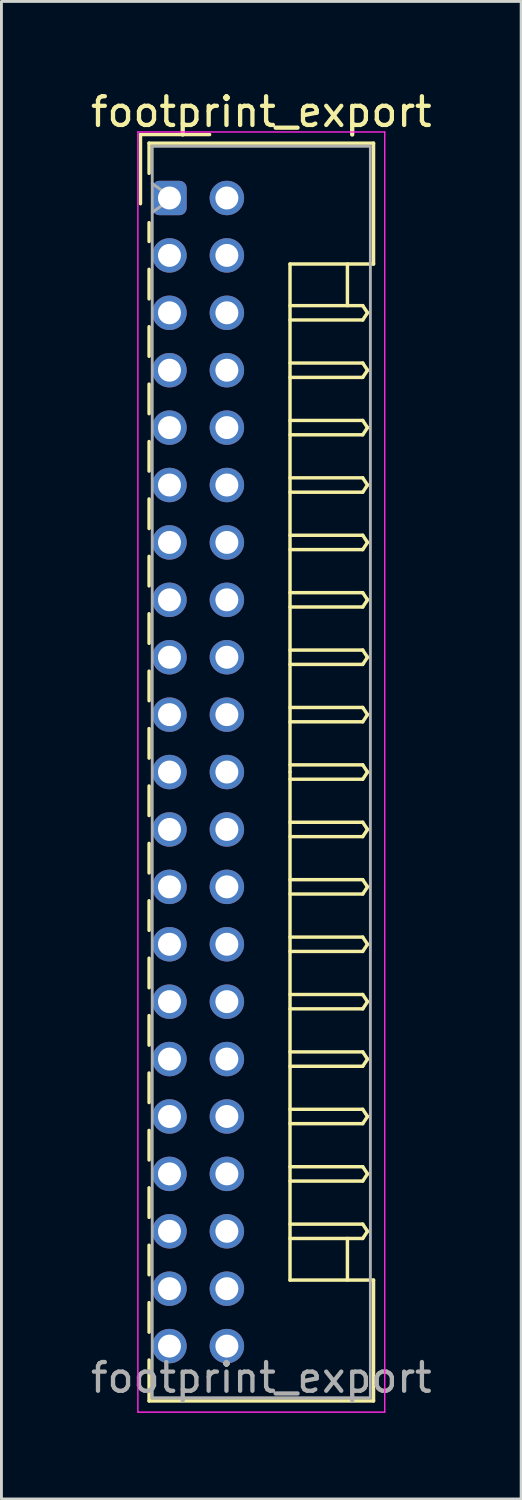
<source format=kicad_pcb>
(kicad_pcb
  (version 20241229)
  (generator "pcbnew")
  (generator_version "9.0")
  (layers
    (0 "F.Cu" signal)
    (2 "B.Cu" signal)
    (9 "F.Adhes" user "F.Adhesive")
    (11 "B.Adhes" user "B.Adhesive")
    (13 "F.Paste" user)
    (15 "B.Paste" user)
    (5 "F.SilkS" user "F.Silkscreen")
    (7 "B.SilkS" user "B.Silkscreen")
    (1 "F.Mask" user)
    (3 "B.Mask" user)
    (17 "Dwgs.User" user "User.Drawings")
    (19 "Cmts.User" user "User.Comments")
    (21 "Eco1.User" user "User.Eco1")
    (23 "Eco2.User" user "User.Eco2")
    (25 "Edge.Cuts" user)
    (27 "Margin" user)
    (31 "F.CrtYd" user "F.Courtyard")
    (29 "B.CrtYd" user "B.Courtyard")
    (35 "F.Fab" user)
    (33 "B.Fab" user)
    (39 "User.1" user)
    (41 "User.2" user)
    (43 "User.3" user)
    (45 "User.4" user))
  (footprint "footprint_export"
    (layer "F.Cu")
    (at 2.854 3.848)
    (property "Reference" "footprint_export" (at 3.2 -3 0) (layer "F.SilkS") (effects (font (size 1 1) (thickness 0.15))))
    (attr through_hole)
    (fp_line (start -1.01 -2.21) (end -1.01 0.2) (stroke (width 0.12) (type solid)) (layer "F.SilkS"))
    (fp_line (start -0.71 -1.91) (end -0.71 -0.86) (stroke (width 0.12) (type solid)) (layer "F.SilkS"))
    (fp_line (start -0.71 -1.91) (end 7.11 -1.91) (stroke (width 0.12) (type solid)) (layer "F.SilkS"))
    (fp_line (start -0.71 0.86) (end -0.71 1.515) (stroke (width 0.12) (type solid)) (layer "F.SilkS"))
    (fp_line (start -0.71 2.485) (end -0.71 3.515) (stroke (width 0.12) (type solid)) (layer "F.SilkS"))
    (fp_line (start -0.71 4.485) (end -0.71 5.515) (stroke (width 0.12) (type solid)) (layer "F.SilkS"))
    (fp_line (start -0.71 6.485) (end -0.71 7.515) (stroke (width 0.12) (type solid)) (layer "F.SilkS"))
    (fp_line (start -0.71 8.485) (end -0.71 9.515) (stroke (width 0.12) (type solid)) (layer "F.SilkS"))
    (fp_line (start -0.71 10.485) (end -0.71 11.515) (stroke (width 0.12) (type solid)) (layer "F.SilkS"))
    (fp_line (start -0.71 12.485) (end -0.71 13.515) (stroke (width 0.12) (type solid)) (layer "F.SilkS"))
    (fp_line (start -0.71 14.485) (end -0.71 15.515) (stroke (width 0.12) (type solid)) (layer "F.SilkS"))
    (fp_line (start -0.71 16.485) (end -0.71 17.515) (stroke (width 0.12) (type solid)) (layer "F.SilkS"))
    (fp_line (start -0.71 18.485) (end -0.71 19.515) (stroke (width 0.12) (type solid)) (layer "F.SilkS"))
    (fp_line (start -0.71 20.485) (end -0.71 21.515) (stroke (width 0.12) (type solid)) (layer "F.SilkS"))
    (fp_line (start -0.71 22.485) (end -0.71 23.515) (stroke (width 0.12) (type solid)) (layer "F.SilkS"))
    (fp_line (start -0.71 24.485) (end -0.71 25.515) (stroke (width 0.12) (type solid)) (layer "F.SilkS"))
    (fp_line (start -0.71 26.485) (end -0.71 27.515) (stroke (width 0.12) (type solid)) (layer "F.SilkS"))
    (fp_line (start -0.71 28.485) (end -0.71 29.515) (stroke (width 0.12) (type solid)) (layer "F.SilkS"))
    (fp_line (start -0.71 30.485) (end -0.71 31.515) (stroke (width 0.12) (type solid)) (layer "F.SilkS"))
    (fp_line (start -0.71 32.485) (end -0.71 33.515) (stroke (width 0.12) (type solid)) (layer "F.SilkS"))
    (fp_line (start -0.71 34.485) (end -0.71 35.515) (stroke (width 0.12) (type solid)) (layer "F.SilkS"))
    (fp_line (start -0.71 36.485) (end -0.71 37.515) (stroke (width 0.12) (type solid)) (layer "F.SilkS"))
    (fp_line (start -0.71 38.485) (end -0.71 39.515) (stroke (width 0.12) (type solid)) (layer "F.SilkS"))
    (fp_line (start -0.71 40.485) (end -0.71 41.91) (stroke (width 0.12) (type solid)) (layer "F.SilkS"))
    (fp_line (start -0.71 41.91) (end 7.11 41.91) (stroke (width 0.12) (type solid)) (layer "F.SilkS"))
    (fp_line (start 1.4 -2.21) (end -1.01 -2.21) (stroke (width 0.12) (type solid)) (layer "F.SilkS"))
    (fp_line (start 4.2 2.3) (end 4.2 20) (stroke (width 0.12) (type solid)) (layer "F.SilkS"))
    (fp_line (start 4.2 3.75) (end 6.733 3.75) (stroke (width 0.12) (type solid)) (layer "F.SilkS"))
    (fp_line (start 4.2 5.75) (end 6.733 5.75) (stroke (width 0.12) (type solid)) (layer "F.SilkS"))
    (fp_line (start 4.2 7.75) (end 6.733 7.75) (stroke (width 0.12) (type solid)) (layer "F.SilkS"))
    (fp_line (start 4.2 9.75) (end 6.733 9.75) (stroke (width 0.12) (type solid)) (layer "F.SilkS"))
    (fp_line (start 4.2 11.75) (end 6.733 11.75) (stroke (width 0.12) (type solid)) (layer "F.SilkS"))
    (fp_line (start 4.2 13.75) (end 6.733 13.75) (stroke (width 0.12) (type solid)) (layer "F.SilkS"))
    (fp_line (start 4.2 15.75) (end 6.733 15.75) (stroke (width 0.12) (type solid)) (layer "F.SilkS"))
    (fp_line (start 4.2 17.75) (end 6.733 17.75) (stroke (width 0.12) (type solid)) (layer "F.SilkS"))
    (fp_line (start 4.2 19.75) (end 6.733 19.75) (stroke (width 0.12) (type solid)) (layer "F.SilkS"))
    (fp_line (start 4.2 21.75) (end 6.733 21.75) (stroke (width 0.12) (type solid)) (layer "F.SilkS"))
    (fp_line (start 4.2 23.75) (end 6.733 23.75) (stroke (width 0.12) (type solid)) (layer "F.SilkS"))
    (fp_line (start 4.2 25.75) (end 6.733 25.75) (stroke (width 0.12) (type solid)) (layer "F.SilkS"))
    (fp_line (start 4.2 27.75) (end 6.733 27.75) (stroke (width 0.12) (type solid)) (layer "F.SilkS"))
    (fp_line (start 4.2 29.75) (end 6.733 29.75) (stroke (width 0.12) (type solid)) (layer "F.SilkS"))
    (fp_line (start 4.2 31.75) (end 6.733 31.75) (stroke (width 0.12) (type solid)) (layer "F.SilkS"))
    (fp_line (start 4.2 33.75) (end 6.733 33.75) (stroke (width 0.12) (type solid)) (layer "F.SilkS"))
    (fp_line (start 4.2 35.75) (end 6.733 35.75) (stroke (width 0.12) (type solid)) (layer "F.SilkS"))
    (fp_line (start 4.2 37.7) (end 4.2 20) (stroke (width 0.12) (type solid)) (layer "F.SilkS"))
    (fp_line (start 6.2 2.3) (end 6.2 3.75) (stroke (width 0.12) (type solid)) (layer "F.SilkS"))
    (fp_line (start 6.2 37.7) (end 6.2 36.25) (stroke (width 0.12) (type solid)) (layer "F.SilkS"))
    (fp_line (start 6.733 3.75) (end 6.9 4) (stroke (width 0.12) (type solid)) (layer "F.SilkS"))
    (fp_line (start 6.733 4.25) (end 4.2 4.25) (stroke (width 0.12) (type solid)) (layer "F.SilkS"))
    (fp_line (start 6.733 5.75) (end 6.9 6) (stroke (width 0.12) (type solid)) (layer "F.SilkS"))
    (fp_line (start 6.733 6.25) (end 4.2 6.25) (stroke (width 0.12) (type solid)) (layer "F.SilkS"))
    (fp_line (start 6.733 7.75) (end 6.9 8) (stroke (width 0.12) (type solid)) (layer "F.SilkS"))
    (fp_line (start 6.733 8.25) (end 4.2 8.25) (stroke (width 0.12) (type solid)) (layer "F.SilkS"))
    (fp_line (start 6.733 9.75) (end 6.9 10) (stroke (width 0.12) (type solid)) (layer "F.SilkS"))
    (fp_line (start 6.733 10.25) (end 4.2 10.25) (stroke (width 0.12) (type solid)) (layer "F.SilkS"))
    (fp_line (start 6.733 11.75) (end 6.9 12) (stroke (width 0.12) (type solid)) (layer "F.SilkS"))
    (fp_line (start 6.733 12.25) (end 4.2 12.25) (stroke (width 0.12) (type solid)) (layer "F.SilkS"))
    (fp_line (start 6.733 13.75) (end 6.9 14) (stroke (width 0.12) (type solid)) (layer "F.SilkS"))
    (fp_line (start 6.733 14.25) (end 4.2 14.25) (stroke (width 0.12) (type solid)) (layer "F.SilkS"))
    (fp_line (start 6.733 15.75) (end 6.9 16) (stroke (width 0.12) (type solid)) (layer "F.SilkS"))
    (fp_line (start 6.733 16.25) (end 4.2 16.25) (stroke (width 0.12) (type solid)) (layer "F.SilkS"))
    (fp_line (start 6.733 17.75) (end 6.9 18) (stroke (width 0.12) (type solid)) (layer "F.SilkS"))
    (fp_line (start 6.733 18.25) (end 4.2 18.25) (stroke (width 0.12) (type solid)) (layer "F.SilkS"))
    (fp_line (start 6.733 19.75) (end 6.9 20) (stroke (width 0.12) (type solid)) (layer "F.SilkS"))
    (fp_line (start 6.733 20.25) (end 4.2 20.25) (stroke (width 0.12) (type solid)) (layer "F.SilkS"))
    (fp_line (start 6.733 21.75) (end 6.9 22) (stroke (width 0.12) (type solid)) (layer "F.SilkS"))
    (fp_line (start 6.733 22.25) (end 4.2 22.25) (stroke (width 0.12) (type solid)) (layer "F.SilkS"))
    (fp_line (start 6.733 23.75) (end 6.9 24) (stroke (width 0.12) (type solid)) (layer "F.SilkS"))
    (fp_line (start 6.733 24.25) (end 4.2 24.25) (stroke (width 0.12) (type solid)) (layer "F.SilkS"))
    (fp_line (start 6.733 25.75) (end 6.9 26) (stroke (width 0.12) (type solid)) (layer "F.SilkS"))
    (fp_line (start 6.733 26.25) (end 4.2 26.25) (stroke (width 0.12) (type solid)) (layer "F.SilkS"))
    (fp_line (start 6.733 27.75) (end 6.9 28) (stroke (width 0.12) (type solid)) (layer "F.SilkS"))
    (fp_line (start 6.733 28.25) (end 4.2 28.25) (stroke (width 0.12) (type solid)) (layer "F.SilkS"))
    (fp_line (start 6.733 29.75) (end 6.9 30) (stroke (width 0.12) (type solid)) (layer "F.SilkS"))
    (fp_line (start 6.733 30.25) (end 4.2 30.25) (stroke (width 0.12) (type solid)) (layer "F.SilkS"))
    (fp_line (start 6.733 31.75) (end 6.9 32) (stroke (width 0.12) (type solid)) (layer "F.SilkS"))
    (fp_line (start 6.733 32.25) (end 4.2 32.25) (stroke (width 0.12) (type solid)) (layer "F.SilkS"))
    (fp_line (start 6.733 33.75) (end 6.9 34) (stroke (width 0.12) (type solid)) (layer "F.SilkS"))
    (fp_line (start 6.733 34.25) (end 4.2 34.25) (stroke (width 0.12) (type solid)) (layer "F.SilkS"))
    (fp_line (start 6.733 35.75) (end 6.9 36) (stroke (width 0.12) (type solid)) (layer "F.SilkS"))
    (fp_line (start 6.733 36.25) (end 4.2 36.25) (stroke (width 0.12) (type solid)) (layer "F.SilkS"))
    (fp_line (start 6.9 4) (end 6.733 4.25) (stroke (width 0.12) (type solid)) (layer "F.SilkS"))
    (fp_line (start 6.9 6) (end 6.733 6.25) (stroke (width 0.12) (type solid)) (layer "F.SilkS"))
    (fp_line (start 6.9 8) (end 6.733 8.25) (stroke (width 0.12) (type solid)) (layer "F.SilkS"))
    (fp_line (start 6.9 10) (end 6.733 10.25) (stroke (width 0.12) (type solid)) (layer "F.SilkS"))
    (fp_line (start 6.9 12) (end 6.733 12.25) (stroke (width 0.12) (type solid)) (layer "F.SilkS"))
    (fp_line (start 6.9 14) (end 6.733 14.25) (stroke (width 0.12) (type solid)) (layer "F.SilkS"))
    (fp_line (start 6.9 16) (end 6.733 16.25) (stroke (width 0.12) (type solid)) (layer "F.SilkS"))
    (fp_line (start 6.9 18) (end 6.733 18.25) (stroke (width 0.12) (type solid)) (layer "F.SilkS"))
    (fp_line (start 6.9 20) (end 6.733 20.25) (stroke (width 0.12) (type solid)) (layer "F.SilkS"))
    (fp_line (start 6.9 22) (end 6.733 22.25) (stroke (width 0.12) (type solid)) (layer "F.SilkS"))
    (fp_line (start 6.9 24) (end 6.733 24.25) (stroke (width 0.12) (type solid)) (layer "F.SilkS"))
    (fp_line (start 6.9 26) (end 6.733 26.25) (stroke (width 0.12) (type solid)) (layer "F.SilkS"))
    (fp_line (start 6.9 28) (end 6.733 28.25) (stroke (width 0.12) (type solid)) (layer "F.SilkS"))
    (fp_line (start 6.9 30) (end 6.733 30.25) (stroke (width 0.12) (type solid)) (layer "F.SilkS"))
    (fp_line (start 6.9 32) (end 6.733 32.25) (stroke (width 0.12) (type solid)) (layer "F.SilkS"))
    (fp_line (start 6.9 34) (end 6.733 34.25) (stroke (width 0.12) (type solid)) (layer "F.SilkS"))
    (fp_line (start 6.9 36) (end 6.733 36.25) (stroke (width 0.12) (type solid)) (layer "F.SilkS"))
    (fp_line (start 7.11 -1.91) (end 7.11 2.3) (stroke (width 0.12) (type solid)) (layer "F.SilkS"))
    (fp_line (start 7.11 2.3) (end 4.2 2.3) (stroke (width 0.12) (type solid)) (layer "F.SilkS"))
    (fp_line (start 7.11 37.7) (end 4.2 37.7) (stroke (width 0.12) (type solid)) (layer "F.SilkS"))
    (fp_line (start 7.11 41.91) (end 7.11 37.7) (stroke (width 0.12) (type solid)) (layer "F.SilkS"))
    (fp_line (start -1.1 -2.3) (end -1.1 42.3) (stroke (width 0.05) (type solid)) (layer "F.CrtYd"))
    (fp_line (start -1.1 42.3) (end 7.5 42.3) (stroke (width 0.05) (type solid)) (layer "F.CrtYd"))
    (fp_line (start 7.5 -2.3) (end -1.1 -2.3) (stroke (width 0.05) (type solid)) (layer "F.CrtYd"))
    (fp_line (start 7.5 42.3) (end 7.5 -2.3) (stroke (width 0.05) (type solid)) (layer "F.CrtYd"))
    (fp_line (start -0.6 -1.8) (end -0.6 41.8) (stroke (width 0.1) (type solid)) (layer "F.Fab"))
    (fp_line (start -0.6 0.5) (end 0.107 0) (stroke (width 0.1) (type solid)) (layer "F.Fab"))
    (fp_line (start -0.6 41.8) (end 7 41.8) (stroke (width 0.1) (type solid)) (layer "F.Fab"))
    (fp_line (start 0.107 0) (end -0.6 -0.5) (stroke (width 0.1) (type solid)) (layer "F.Fab"))
    (fp_line (start 7 -1.8) (end -0.6 -1.8) (stroke (width 0.1) (type solid)) (layer "F.Fab"))
    (fp_line (start 7 41.8) (end 7 -1.8) (stroke (width 0.1) (type solid)) (layer "F.Fab"))
    (fp_text user "${REFERENCE}" (at 3.2 41.1 0) (layer "F.Fab") (effects (font (size 1 1) (thickness 0.15))))
    (pad "a1" thru_hole roundrect (at 0 0) (size 1.2 1.2) (drill 0.8) (layers "*.Cu" "*.Mask") (roundrect_rratio 0.208))
    (pad "a2" thru_hole circle (at 0 2) (size 1.2 1.2) (drill 0.8) (layers "*.Cu" "*.Mask"))
    (pad "a3" thru_hole circle (at 0 4) (size 1.2 1.2) (drill 0.8) (layers "*.Cu" "*.Mask"))
    (pad "a4" thru_hole circle (at 0 6) (size 1.2 1.2) (drill 0.8) (layers "*.Cu" "*.Mask"))
    (pad "a5" thru_hole circle (at 0 8) (size 1.2 1.2) (drill 0.8) (layers "*.Cu" "*.Mask"))
    (pad "a6" thru_hole circle (at 0 10) (size 1.2 1.2) (drill 0.8) (layers "*.Cu" "*.Mask"))
    (pad "a7" thru_hole circle (at 0 12) (size 1.2 1.2) (drill 0.8) (layers "*.Cu" "*.Mask"))
    (pad "a8" thru_hole circle (at 0 14) (size 1.2 1.2) (drill 0.8) (layers "*.Cu" "*.Mask"))
    (pad "a9" thru_hole circle (at 0 16) (size 1.2 1.2) (drill 0.8) (layers "*.Cu" "*.Mask"))
    (pad "a10" thru_hole circle (at 0 18) (size 1.2 1.2) (drill 0.8) (layers "*.Cu" "*.Mask"))
    (pad "a11" thru_hole circle (at 0 20) (size 1.2 1.2) (drill 0.8) (layers "*.Cu" "*.Mask"))
    (pad "a12" thru_hole circle (at 0 22) (size 1.2 1.2) (drill 0.8) (layers "*.Cu" "*.Mask"))
    (pad "a13" thru_hole circle (at 0 24) (size 1.2 1.2) (drill 0.8) (layers "*.Cu" "*.Mask"))
    (pad "a14" thru_hole circle (at 0 26) (size 1.2 1.2) (drill 0.8) (layers "*.Cu" "*.Mask"))
    (pad "a15" thru_hole circle (at 0 28) (size 1.2 1.2) (drill 0.8) (layers "*.Cu" "*.Mask"))
    (pad "a16" thru_hole circle (at 0 30) (size 1.2 1.2) (drill 0.8) (layers "*.Cu" "*.Mask"))
    (pad "a17" thru_hole circle (at 0 32) (size 1.2 1.2) (drill 0.8) (layers "*.Cu" "*.Mask"))
    (pad "a18" thru_hole circle (at 0 34) (size 1.2 1.2) (drill 0.8) (layers "*.Cu" "*.Mask"))
    (pad "a19" thru_hole circle (at 0 36) (size 1.2 1.2) (drill 0.8) (layers "*.Cu" "*.Mask"))
    (pad "a20" thru_hole circle (at 0 38) (size 1.2 1.2) (drill 0.8) (layers "*.Cu" "*.Mask"))
    (pad "a21" thru_hole circle (at 0 40) (size 1.2 1.2) (drill 0.8) (layers "*.Cu" "*.Mask"))
    (pad "b1" thru_hole circle (at 2 0) (size 1.2 1.2) (drill 0.8) (layers "*.Cu" "*.Mask"))
    (pad "b2" thru_hole circle (at 2 2) (size 1.2 1.2) (drill 0.8) (layers "*.Cu" "*.Mask"))
    (pad "b3" thru_hole circle (at 2 4) (size 1.2 1.2) (drill 0.8) (layers "*.Cu" "*.Mask"))
    (pad "b4" thru_hole circle (at 2 6) (size 1.2 1.2) (drill 0.8) (layers "*.Cu" "*.Mask"))
    (pad "b5" thru_hole circle (at 2 8) (size 1.2 1.2) (drill 0.8) (layers "*.Cu" "*.Mask"))
    (pad "b6" thru_hole circle (at 2 10) (size 1.2 1.2) (drill 0.8) (layers "*.Cu" "*.Mask"))
    (pad "b7" thru_hole circle (at 2 12) (size 1.2 1.2) (drill 0.8) (layers "*.Cu" "*.Mask"))
    (pad "b8" thru_hole circle (at 2 14) (size 1.2 1.2) (drill 0.8) (layers "*.Cu" "*.Mask"))
    (pad "b9" thru_hole circle (at 2 16) (size 1.2 1.2) (drill 0.8) (layers "*.Cu" "*.Mask"))
    (pad "b10" thru_hole circle (at 2 18) (size 1.2 1.2) (drill 0.8) (layers "*.Cu" "*.Mask"))
    (pad "b11" thru_hole circle (at 2 20) (size 1.2 1.2) (drill 0.8) (layers "*.Cu" "*.Mask"))
    (pad "b12" thru_hole circle (at 2 22) (size 1.2 1.2) (drill 0.8) (layers "*.Cu" "*.Mask"))
    (pad "b13" thru_hole circle (at 2 24) (size 1.2 1.2) (drill 0.8) (layers "*.Cu" "*.Mask"))
    (pad "b14" thru_hole circle (at 2 26) (size 1.2 1.2) (drill 0.8) (layers "*.Cu" "*.Mask"))
    (pad "b15" thru_hole circle (at 2 28) (size 1.2 1.2) (drill 0.8) (layers "*.Cu" "*.Mask"))
    (pad "b16" thru_hole circle (at 2 30) (size 1.2 1.2) (drill 0.8) (layers "*.Cu" "*.Mask"))
    (pad "b17" thru_hole circle (at 2 32) (size 1.2 1.2) (drill 0.8) (layers "*.Cu" "*.Mask"))
    (pad "b18" thru_hole circle (at 2 34) (size 1.2 1.2) (drill 0.8) (layers "*.Cu" "*.Mask"))
    (pad "b19" thru_hole circle (at 2 36) (size 1.2 1.2) (drill 0.8) (layers "*.Cu" "*.Mask"))
    (pad "b20" thru_hole circle (at 2 38) (size 1.2 1.2) (drill 0.8) (layers "*.Cu" "*.Mask"))
    (pad "b21" thru_hole circle (at 2 40) (size 1.2 1.2) (drill 0.8) (layers "*.Cu" "*.Mask")))
  (gr_rect
    (start -3 -3)
    (end 15.107 49.173)
    (stroke (width 0.1) (type default))
    (fill no)
    (layer "Edge.Cuts")))
</source>
